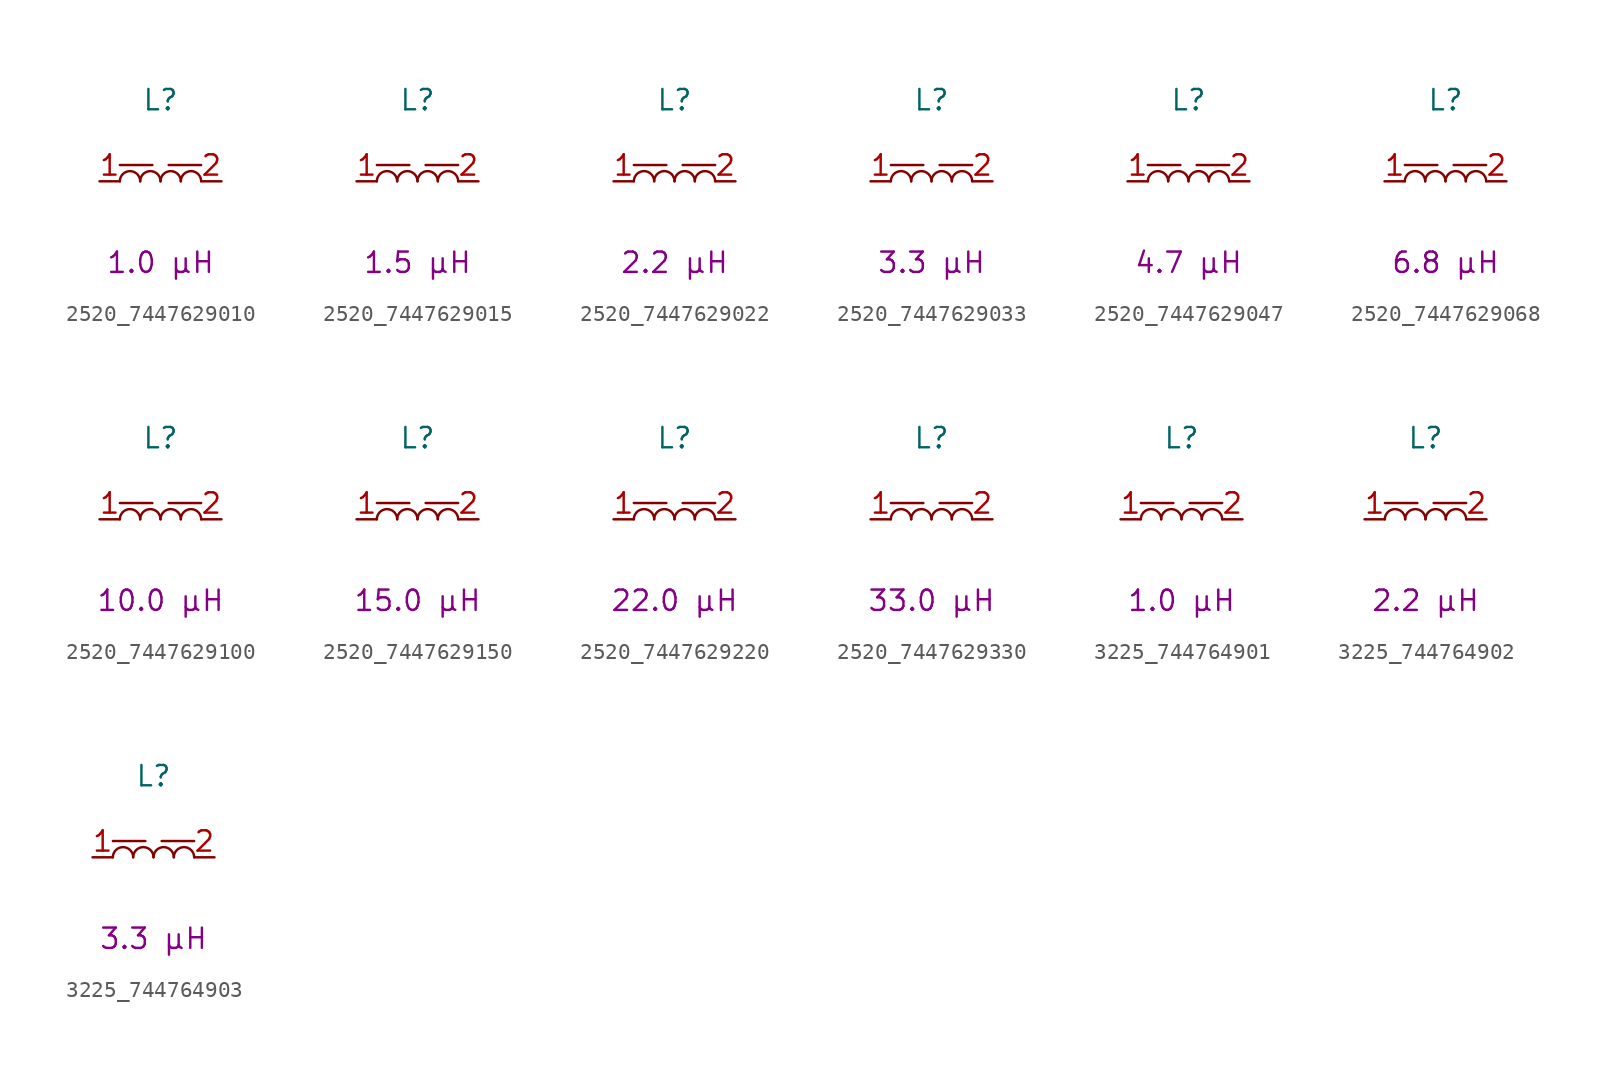
<source format=kicad_sym>
(kicad_symbol_lib
  (version 20220914)
  (generator kicad_symbol_editor)
  (symbol "2520_7447629010"
    (pin_names hide)
    (property "Reference" "L"
      (at 0 5.08 0)
      (effects (font (size 1.27 1.27))))
    (property "Critical Parameter" "1.0 µH"
      (at 0 -5.08 0)
      (effects (font (size 1.27 1.27))))
    (symbol "2520_7447629010_0_1"
      (arc (start -1.27 0) (mid -1.905 0.6323) (end -2.54 0) (stroke (width 0) (type default)) (fill (type none)))
      (arc (start 0 0) (mid -0.635 0.6323) (end -1.27 0) (stroke (width 0) (type default)) (fill (type none)))
      (polyline (pts (xy -2.54 1.016) (xy -0.508 1.016)) (stroke (width 0) (type default)) (fill (type none)))
      (arc (start 1.27 0) (mid 0.635 0.6323) (end 0 0) (stroke (width 0) (type default)) (fill (type none)))
      (arc (start 2.54 0) (mid 1.905 0.6323) (end 1.27 0) (stroke (width 0) (type default)) (fill (type none))))
    (symbol "2520_7447629010_1_1"
      (polyline (pts (xy 2.54 1.016) (xy 0.508 1.016)) (stroke (width 0) (type default)) (fill (type none)))
      (pin passive line (at -3.81 0 0) (length 1.27) (name "1" (effects (font (size 1.27 1.27)))) (number "1" (effects (font (size 1.27 1.27)))))
      (pin passive line (at 3.81 0 180) (length 1.27) (name "2" (effects (font (size 1.27 1.27)))) (number "2" (effects (font (size 1.27 1.27)))))))
  (symbol "2520_7447629015"
    (pin_names hide)
    (property "Reference" "L"
      (at 0 5.08 0)
      (effects (font (size 1.27 1.27))))
    (property "Critical Parameter" "1.5 µH"
      (at 0 -5.08 0)
      (effects (font (size 1.27 1.27))))
    (symbol "2520_7447629015_0_1"
      (arc (start -1.27 0) (mid -1.905 0.6323) (end -2.54 0) (stroke (width 0) (type default)) (fill (type none)))
      (arc (start 0 0) (mid -0.635 0.6323) (end -1.27 0) (stroke (width 0) (type default)) (fill (type none)))
      (polyline (pts (xy -2.54 1.016) (xy -0.508 1.016)) (stroke (width 0) (type default)) (fill (type none)))
      (arc (start 1.27 0) (mid 0.635 0.6323) (end 0 0) (stroke (width 0) (type default)) (fill (type none)))
      (arc (start 2.54 0) (mid 1.905 0.6323) (end 1.27 0) (stroke (width 0) (type default)) (fill (type none))))
    (symbol "2520_7447629015_1_1"
      (polyline (pts (xy 2.54 1.016) (xy 0.508 1.016)) (stroke (width 0) (type default)) (fill (type none)))
      (pin passive line (at -3.81 0 0) (length 1.27) (name "1" (effects (font (size 1.27 1.27)))) (number "1" (effects (font (size 1.27 1.27)))))
      (pin passive line (at 3.81 0 180) (length 1.27) (name "2" (effects (font (size 1.27 1.27)))) (number "2" (effects (font (size 1.27 1.27)))))))
  (symbol "2520_7447629022"
    (pin_names hide)
    (property "Reference" "L"
      (at 0 5.08 0)
      (effects (font (size 1.27 1.27))))
    (property "Critical Parameter" "2.2 µH"
      (at 0 -5.08 0)
      (effects (font (size 1.27 1.27))))
    (symbol "2520_7447629022_0_1"
      (arc (start -1.27 0) (mid -1.905 0.6323) (end -2.54 0) (stroke (width 0) (type default)) (fill (type none)))
      (arc (start 0 0) (mid -0.635 0.6323) (end -1.27 0) (stroke (width 0) (type default)) (fill (type none)))
      (polyline (pts (xy -2.54 1.016) (xy -0.508 1.016)) (stroke (width 0) (type default)) (fill (type none)))
      (arc (start 1.27 0) (mid 0.635 0.6323) (end 0 0) (stroke (width 0) (type default)) (fill (type none)))
      (arc (start 2.54 0) (mid 1.905 0.6323) (end 1.27 0) (stroke (width 0) (type default)) (fill (type none))))
    (symbol "2520_7447629022_1_1"
      (polyline (pts (xy 2.54 1.016) (xy 0.508 1.016)) (stroke (width 0) (type default)) (fill (type none)))
      (pin passive line (at -3.81 0 0) (length 1.27) (name "1" (effects (font (size 1.27 1.27)))) (number "1" (effects (font (size 1.27 1.27)))))
      (pin passive line (at 3.81 0 180) (length 1.27) (name "2" (effects (font (size 1.27 1.27)))) (number "2" (effects (font (size 1.27 1.27)))))))
  (symbol "2520_7447629033"
    (pin_names hide)
    (property "Reference" "L"
      (at 0 5.08 0)
      (effects (font (size 1.27 1.27))))
    (property "Critical Parameter" "3.3 µH"
      (at 0 -5.08 0)
      (effects (font (size 1.27 1.27))))
    (symbol "2520_7447629033_0_1"
      (arc (start -1.27 0) (mid -1.905 0.6323) (end -2.54 0) (stroke (width 0) (type default)) (fill (type none)))
      (arc (start 0 0) (mid -0.635 0.6323) (end -1.27 0) (stroke (width 0) (type default)) (fill (type none)))
      (polyline (pts (xy -2.54 1.016) (xy -0.508 1.016)) (stroke (width 0) (type default)) (fill (type none)))
      (arc (start 1.27 0) (mid 0.635 0.6323) (end 0 0) (stroke (width 0) (type default)) (fill (type none)))
      (arc (start 2.54 0) (mid 1.905 0.6323) (end 1.27 0) (stroke (width 0) (type default)) (fill (type none))))
    (symbol "2520_7447629033_1_1"
      (polyline (pts (xy 2.54 1.016) (xy 0.508 1.016)) (stroke (width 0) (type default)) (fill (type none)))
      (pin passive line (at -3.81 0 0) (length 1.27) (name "1" (effects (font (size 1.27 1.27)))) (number "1" (effects (font (size 1.27 1.27)))))
      (pin passive line (at 3.81 0 180) (length 1.27) (name "2" (effects (font (size 1.27 1.27)))) (number "2" (effects (font (size 1.27 1.27)))))))
  (symbol "2520_7447629047"
    (pin_names hide)
    (property "Reference" "L"
      (at 0 5.08 0)
      (effects (font (size 1.27 1.27))))
    (property "Critical Parameter" "4.7 µH"
      (at 0 -5.08 0)
      (effects (font (size 1.27 1.27))))
    (symbol "2520_7447629047_0_1"
      (arc (start -1.27 0) (mid -1.905 0.6323) (end -2.54 0) (stroke (width 0) (type default)) (fill (type none)))
      (arc (start 0 0) (mid -0.635 0.6323) (end -1.27 0) (stroke (width 0) (type default)) (fill (type none)))
      (polyline (pts (xy -2.54 1.016) (xy -0.508 1.016)) (stroke (width 0) (type default)) (fill (type none)))
      (arc (start 1.27 0) (mid 0.635 0.6323) (end 0 0) (stroke (width 0) (type default)) (fill (type none)))
      (arc (start 2.54 0) (mid 1.905 0.6323) (end 1.27 0) (stroke (width 0) (type default)) (fill (type none))))
    (symbol "2520_7447629047_1_1"
      (polyline (pts (xy 2.54 1.016) (xy 0.508 1.016)) (stroke (width 0) (type default)) (fill (type none)))
      (pin passive line (at -3.81 0 0) (length 1.27) (name "1" (effects (font (size 1.27 1.27)))) (number "1" (effects (font (size 1.27 1.27)))))
      (pin passive line (at 3.81 0 180) (length 1.27) (name "2" (effects (font (size 1.27 1.27)))) (number "2" (effects (font (size 1.27 1.27)))))))
  (symbol "2520_7447629068"
    (pin_names hide)
    (property "Reference" "L"
      (at 0 5.08 0)
      (effects (font (size 1.27 1.27))))
    (property "Critical Parameter" "6.8 µH"
      (at 0 -5.08 0)
      (effects (font (size 1.27 1.27))))
    (symbol "2520_7447629068_0_1"
      (arc (start -1.27 0) (mid -1.905 0.6323) (end -2.54 0) (stroke (width 0) (type default)) (fill (type none)))
      (arc (start 0 0) (mid -0.635 0.6323) (end -1.27 0) (stroke (width 0) (type default)) (fill (type none)))
      (polyline (pts (xy -2.54 1.016) (xy -0.508 1.016)) (stroke (width 0) (type default)) (fill (type none)))
      (arc (start 1.27 0) (mid 0.635 0.6323) (end 0 0) (stroke (width 0) (type default)) (fill (type none)))
      (arc (start 2.54 0) (mid 1.905 0.6323) (end 1.27 0) (stroke (width 0) (type default)) (fill (type none))))
    (symbol "2520_7447629068_1_1"
      (polyline (pts (xy 2.54 1.016) (xy 0.508 1.016)) (stroke (width 0) (type default)) (fill (type none)))
      (pin passive line (at -3.81 0 0) (length 1.27) (name "1" (effects (font (size 1.27 1.27)))) (number "1" (effects (font (size 1.27 1.27)))))
      (pin passive line (at 3.81 0 180) (length 1.27) (name "2" (effects (font (size 1.27 1.27)))) (number "2" (effects (font (size 1.27 1.27)))))))
  (symbol "2520_7447629100"
    (pin_names hide)
    (property "Reference" "L"
      (at 0 5.08 0)
      (effects (font (size 1.27 1.27))))
    (property "Critical Parameter" "10.0 µH"
      (at 0 -5.08 0)
      (effects (font (size 1.27 1.27))))
    (symbol "2520_7447629100_0_1"
      (arc (start -1.27 0) (mid -1.905 0.6323) (end -2.54 0) (stroke (width 0) (type default)) (fill (type none)))
      (arc (start 0 0) (mid -0.635 0.6323) (end -1.27 0) (stroke (width 0) (type default)) (fill (type none)))
      (polyline (pts (xy -2.54 1.016) (xy -0.508 1.016)) (stroke (width 0) (type default)) (fill (type none)))
      (arc (start 1.27 0) (mid 0.635 0.6323) (end 0 0) (stroke (width 0) (type default)) (fill (type none)))
      (arc (start 2.54 0) (mid 1.905 0.6323) (end 1.27 0) (stroke (width 0) (type default)) (fill (type none))))
    (symbol "2520_7447629100_1_1"
      (polyline (pts (xy 2.54 1.016) (xy 0.508 1.016)) (stroke (width 0) (type default)) (fill (type none)))
      (pin passive line (at -3.81 0 0) (length 1.27) (name "1" (effects (font (size 1.27 1.27)))) (number "1" (effects (font (size 1.27 1.27)))))
      (pin passive line (at 3.81 0 180) (length 1.27) (name "2" (effects (font (size 1.27 1.27)))) (number "2" (effects (font (size 1.27 1.27)))))))
  (symbol "2520_7447629150"
    (pin_names hide)
    (property "Reference" "L"
      (at 0 5.08 0)
      (effects (font (size 1.27 1.27))))
    (property "Critical Parameter" "15.0 µH"
      (at 0 -5.08 0)
      (effects (font (size 1.27 1.27))))
    (symbol "2520_7447629150_0_1"
      (arc (start -1.27 0) (mid -1.905 0.6323) (end -2.54 0) (stroke (width 0) (type default)) (fill (type none)))
      (arc (start 0 0) (mid -0.635 0.6323) (end -1.27 0) (stroke (width 0) (type default)) (fill (type none)))
      (polyline (pts (xy -2.54 1.016) (xy -0.508 1.016)) (stroke (width 0) (type default)) (fill (type none)))
      (arc (start 1.27 0) (mid 0.635 0.6323) (end 0 0) (stroke (width 0) (type default)) (fill (type none)))
      (arc (start 2.54 0) (mid 1.905 0.6323) (end 1.27 0) (stroke (width 0) (type default)) (fill (type none))))
    (symbol "2520_7447629150_1_1"
      (polyline (pts (xy 2.54 1.016) (xy 0.508 1.016)) (stroke (width 0) (type default)) (fill (type none)))
      (pin passive line (at -3.81 0 0) (length 1.27) (name "1" (effects (font (size 1.27 1.27)))) (number "1" (effects (font (size 1.27 1.27)))))
      (pin passive line (at 3.81 0 180) (length 1.27) (name "2" (effects (font (size 1.27 1.27)))) (number "2" (effects (font (size 1.27 1.27)))))))
  (symbol "2520_7447629220"
    (pin_names hide)
    (property "Reference" "L"
      (at 0 5.08 0)
      (effects (font (size 1.27 1.27))))
    (property "Critical Parameter" "22.0 µH"
      (at 0 -5.08 0)
      (effects (font (size 1.27 1.27))))
    (symbol "2520_7447629220_0_1"
      (arc (start -1.27 0) (mid -1.905 0.6323) (end -2.54 0) (stroke (width 0) (type default)) (fill (type none)))
      (arc (start 0 0) (mid -0.635 0.6323) (end -1.27 0) (stroke (width 0) (type default)) (fill (type none)))
      (polyline (pts (xy -2.54 1.016) (xy -0.508 1.016)) (stroke (width 0) (type default)) (fill (type none)))
      (arc (start 1.27 0) (mid 0.635 0.6323) (end 0 0) (stroke (width 0) (type default)) (fill (type none)))
      (arc (start 2.54 0) (mid 1.905 0.6323) (end 1.27 0) (stroke (width 0) (type default)) (fill (type none))))
    (symbol "2520_7447629220_1_1"
      (polyline (pts (xy 2.54 1.016) (xy 0.508 1.016)) (stroke (width 0) (type default)) (fill (type none)))
      (pin passive line (at -3.81 0 0) (length 1.27) (name "1" (effects (font (size 1.27 1.27)))) (number "1" (effects (font (size 1.27 1.27)))))
      (pin passive line (at 3.81 0 180) (length 1.27) (name "2" (effects (font (size 1.27 1.27)))) (number "2" (effects (font (size 1.27 1.27)))))))
  (symbol "2520_7447629330"
    (pin_names hide)
    (property "Reference" "L"
      (at 0 5.08 0)
      (effects (font (size 1.27 1.27))))
    (property "Critical Parameter" "33.0 µH"
      (at 0 -5.08 0)
      (effects (font (size 1.27 1.27))))
    (symbol "2520_7447629330_0_1"
      (arc (start -1.27 0) (mid -1.905 0.6323) (end -2.54 0) (stroke (width 0) (type default)) (fill (type none)))
      (arc (start 0 0) (mid -0.635 0.6323) (end -1.27 0) (stroke (width 0) (type default)) (fill (type none)))
      (polyline (pts (xy -2.54 1.016) (xy -0.508 1.016)) (stroke (width 0) (type default)) (fill (type none)))
      (arc (start 1.27 0) (mid 0.635 0.6323) (end 0 0) (stroke (width 0) (type default)) (fill (type none)))
      (arc (start 2.54 0) (mid 1.905 0.6323) (end 1.27 0) (stroke (width 0) (type default)) (fill (type none))))
    (symbol "2520_7447629330_1_1"
      (polyline (pts (xy 2.54 1.016) (xy 0.508 1.016)) (stroke (width 0) (type default)) (fill (type none)))
      (pin passive line (at -3.81 0 0) (length 1.27) (name "1" (effects (font (size 1.27 1.27)))) (number "1" (effects (font (size 1.27 1.27)))))
      (pin passive line (at 3.81 0 180) (length 1.27) (name "2" (effects (font (size 1.27 1.27)))) (number "2" (effects (font (size 1.27 1.27)))))))
  (symbol "3225_744764901"
    (pin_names hide)
    (property "Reference" "L"
      (at 0 5.08 0)
      (effects (font (size 1.27 1.27))))
    (property "Critical Parameter" "1.0 µH"
      (at 0 -5.08 0)
      (effects (font (size 1.27 1.27))))
    (symbol "3225_744764901_0_1"
      (arc (start -1.27 0) (mid -1.905 0.6323) (end -2.54 0) (stroke (width 0) (type default)) (fill (type none)))
      (arc (start 0 0) (mid -0.635 0.6323) (end -1.27 0) (stroke (width 0) (type default)) (fill (type none)))
      (polyline (pts (xy -2.54 1.016) (xy -0.508 1.016)) (stroke (width 0) (type default)) (fill (type none)))
      (arc (start 1.27 0) (mid 0.635 0.6323) (end 0 0) (stroke (width 0) (type default)) (fill (type none)))
      (arc (start 2.54 0) (mid 1.905 0.6323) (end 1.27 0) (stroke (width 0) (type default)) (fill (type none))))
    (symbol "3225_744764901_1_1"
      (polyline (pts (xy 2.54 1.016) (xy 0.508 1.016)) (stroke (width 0) (type default)) (fill (type none)))
      (pin passive line (at -3.81 0 0) (length 1.27) (name "1" (effects (font (size 1.27 1.27)))) (number "1" (effects (font (size 1.27 1.27)))))
      (pin passive line (at 3.81 0 180) (length 1.27) (name "2" (effects (font (size 1.27 1.27)))) (number "2" (effects (font (size 1.27 1.27)))))))
  (symbol "3225_744764902"
    (pin_names hide)
    (property "Reference" "L"
      (at 0 5.08 0)
      (effects (font (size 1.27 1.27))))
    (property "Critical Parameter" "2.2 µH"
      (at 0 -5.08 0)
      (effects (font (size 1.27 1.27))))
    (symbol "3225_744764902_0_1"
      (arc (start -1.27 0) (mid -1.905 0.6323) (end -2.54 0) (stroke (width 0) (type default)) (fill (type none)))
      (arc (start 0 0) (mid -0.635 0.6323) (end -1.27 0) (stroke (width 0) (type default)) (fill (type none)))
      (polyline (pts (xy -2.54 1.016) (xy -0.508 1.016)) (stroke (width 0) (type default)) (fill (type none)))
      (arc (start 1.27 0) (mid 0.635 0.6323) (end 0 0) (stroke (width 0) (type default)) (fill (type none)))
      (arc (start 2.54 0) (mid 1.905 0.6323) (end 1.27 0) (stroke (width 0) (type default)) (fill (type none))))
    (symbol "3225_744764902_1_1"
      (polyline (pts (xy 2.54 1.016) (xy 0.508 1.016)) (stroke (width 0) (type default)) (fill (type none)))
      (pin passive line (at -3.81 0 0) (length 1.27) (name "1" (effects (font (size 1.27 1.27)))) (number "1" (effects (font (size 1.27 1.27)))))
      (pin passive line (at 3.81 0 180) (length 1.27) (name "2" (effects (font (size 1.27 1.27)))) (number "2" (effects (font (size 1.27 1.27)))))))
  (symbol "3225_744764903"
    (pin_names hide)
    (property "Reference" "L"
      (at 0 5.08 0)
      (effects (font (size 1.27 1.27))))
    (property "Critical Parameter" "3.3 µH"
      (at 0 -5.08 0)
      (effects (font (size 1.27 1.27))))
    (symbol "3225_744764903_0_1"
      (arc (start -1.27 0) (mid -1.905 0.6323) (end -2.54 0) (stroke (width 0) (type default)) (fill (type none)))
      (arc (start 0 0) (mid -0.635 0.6323) (end -1.27 0) (stroke (width 0) (type default)) (fill (type none)))
      (polyline (pts (xy -2.54 1.016) (xy -0.508 1.016)) (stroke (width 0) (type default)) (fill (type none)))
      (arc (start 1.27 0) (mid 0.635 0.6323) (end 0 0) (stroke (width 0) (type default)) (fill (type none)))
      (arc (start 2.54 0) (mid 1.905 0.6323) (end 1.27 0) (stroke (width 0) (type default)) (fill (type none))))
    (symbol "3225_744764903_1_1"
      (polyline (pts (xy 2.54 1.016) (xy 0.508 1.016)) (stroke (width 0) (type default)) (fill (type none)))
      (pin passive line (at -3.81 0 0) (length 1.27) (name "1" (effects (font (size 1.27 1.27)))) (number "1" (effects (font (size 1.27 1.27)))))
      (pin passive line (at 3.81 0 180) (length 1.27) (name "2" (effects (font (size 1.27 1.27)))) (number "2" (effects (font (size 1.27 1.27))))))))
</source>
